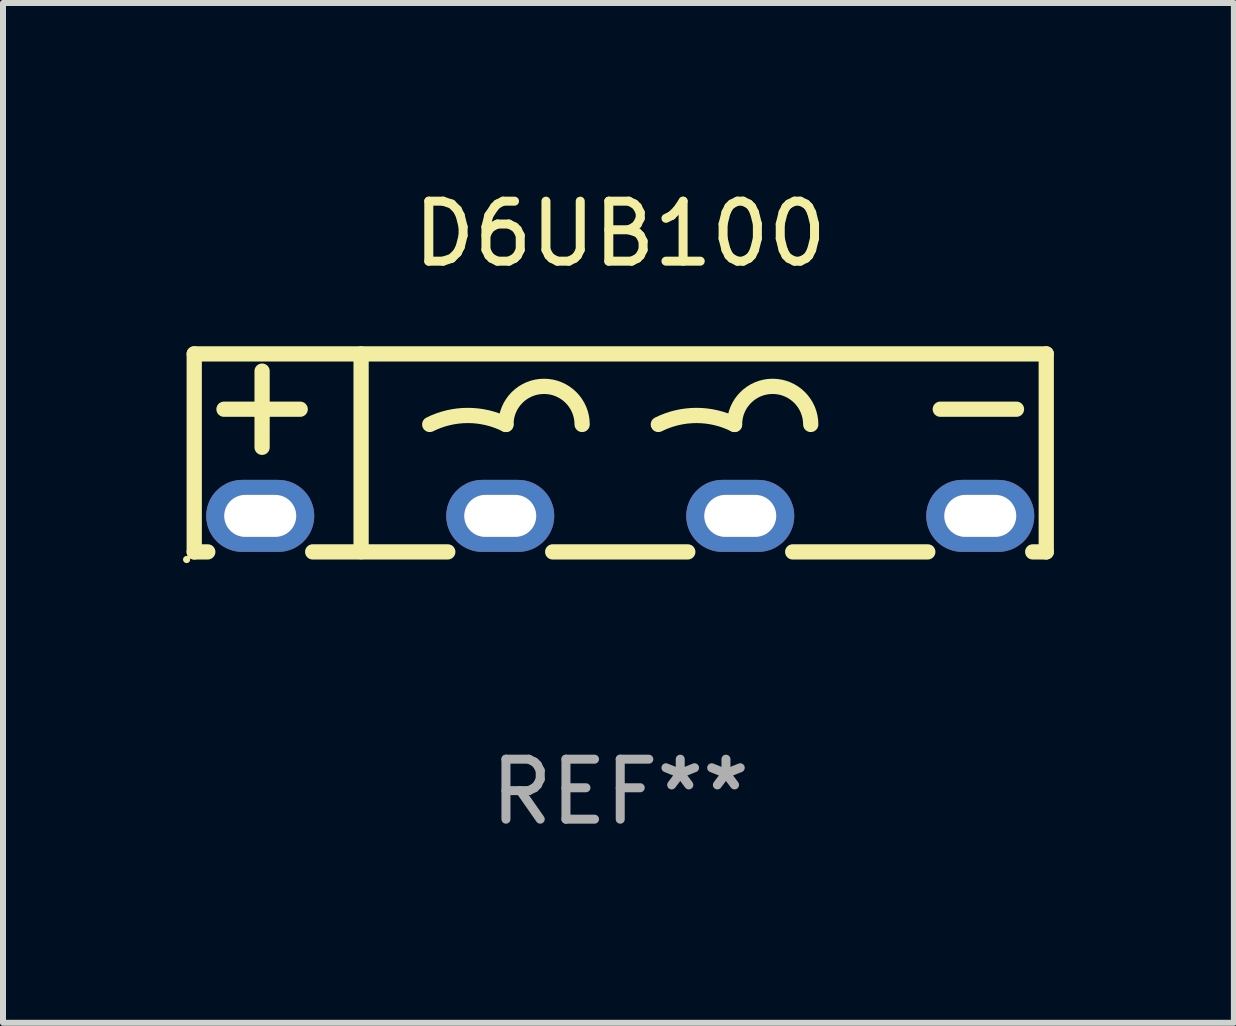
<source format=kicad_pcb>
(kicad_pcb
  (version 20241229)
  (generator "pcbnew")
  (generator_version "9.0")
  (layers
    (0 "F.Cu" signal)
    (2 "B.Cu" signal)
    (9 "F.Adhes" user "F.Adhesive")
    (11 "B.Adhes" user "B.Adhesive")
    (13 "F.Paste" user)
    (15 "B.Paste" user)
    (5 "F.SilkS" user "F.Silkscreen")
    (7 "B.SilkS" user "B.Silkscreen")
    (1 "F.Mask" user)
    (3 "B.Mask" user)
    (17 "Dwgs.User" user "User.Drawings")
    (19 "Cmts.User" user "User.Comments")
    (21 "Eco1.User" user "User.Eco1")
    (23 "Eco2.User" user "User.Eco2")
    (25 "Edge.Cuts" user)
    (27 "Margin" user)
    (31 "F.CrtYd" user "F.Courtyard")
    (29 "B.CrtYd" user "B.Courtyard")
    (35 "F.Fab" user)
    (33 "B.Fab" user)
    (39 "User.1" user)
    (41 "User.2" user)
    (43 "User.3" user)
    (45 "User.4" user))
  (footprint "D6UB100"
    (layer "F.Cu")
    (at 7.287 4.498)
    (property "Reference" "D6UB100" (at 0 -3.65 0) (layer "F.SilkS") (effects (font (size 1 1) (thickness 0.15))))
    (attr through_hole)
    (fp_line (start -7.1 -1.65) (end 7.1 -1.65) (stroke (width 0.254) (type solid)) (layer "F.SilkS"))
    (fp_line (start -7.1 1.65) (end -7.1 -1.65) (stroke (width 0.254) (type solid)) (layer "F.SilkS"))
    (fp_line (start -7.1 1.65) (end -6.874 1.65) (stroke (width 0.254) (type solid)) (layer "F.SilkS"))
    (fp_line (start -6.604 -0.728) (end -5.334 -0.728) (stroke (width 0.254) (type solid)) (layer "F.SilkS"))
    (fp_line (start -5.969 -0.093) (end -5.969 -1.363) (stroke (width 0.254) (type solid)) (layer "F.SilkS"))
    (fp_line (start -5.126 1.65) (end -2.874 1.65) (stroke (width 0.254) (type solid)) (layer "F.SilkS"))
    (fp_line (start -4.319 1.647) (end -4.319 -1.65) (stroke (width 0.254) (type solid)) (layer "F.SilkS"))
    (fp_line (start -1.126 1.65) (end 1.126 1.65) (stroke (width 0.254) (type solid)) (layer "F.SilkS"))
    (fp_line (start 2.874 1.65) (end 5.126 1.65) (stroke (width 0.254) (type solid)) (layer "F.SilkS"))
    (fp_line (start 5.334 -0.728) (end 6.604 -0.728) (stroke (width 0.254) (type solid)) (layer "F.SilkS"))
    (fp_line (start 6.874 1.65) (end 7.1 1.65) (stroke (width 0.254) (type solid)) (layer "F.SilkS"))
    (fp_line (start 7.1 -1.65) (end 7.1 1.65) (stroke (width 0.254) (type solid)) (layer "F.SilkS"))
    (fp_arc (start -3.175006 -0.473965) (mid -2.540005 -0.623868) (end -1.905003 -0.473965) (stroke (width 0.254001) (type solid)) (layer "F.SilkS"))
    (fp_arc (start -1.905005 -0.473965) (mid -1.270003 -1.108967) (end -0.635001 -0.473965) (stroke (width 0.254001) (type solid)) (layer "F.SilkS"))
    (fp_arc (start 0.635001 -0.473965) (mid 1.270003 -0.623869) (end 1.905004 -0.473965) (stroke (width 0.254001) (type solid)) (layer "F.SilkS"))
    (fp_arc (start 1.905004 -0.473965) (mid 2.540005 -1.108966) (end 3.175006 -0.473965) (stroke (width 0.254001) (type solid)) (layer "F.SilkS"))
    (fp_circle (center -7.227 1.777) (end -7.197 1.777) (stroke (width 0.06) (type solid)) (fill no) (layer "F.SilkS"))
    (fp_text user "REF**" (at 0 5.65 0) (layer "F.Fab") (effects (font (size 1 1) (thickness 0.15))))
    (pad "1" thru_hole oval (at -6 1.05) (size 1.8 1.2) (drill oval 1.2 0.7) (layers "*.Cu" "*.Mask"))
    (pad "2" thru_hole oval (at -2 1.05) (size 1.8 1.2) (drill oval 1.2 0.7) (layers "*.Cu" "*.Mask"))
    (pad "3" thru_hole oval (at 2 1.05) (size 1.8 1.2) (drill oval 1.2 0.7) (layers "*.Cu" "*.Mask"))
    (pad "4" thru_hole oval (at 6 1.05) (size 1.8 1.2) (drill oval 1.2 0.7) (layers "*.Cu" "*.Mask")))
  (gr_rect
    (start -3 -3)
    (end 17.514 13.996)
    (stroke (width 0.1) (type default))
    (fill no)
    (layer "Edge.Cuts")))
</source>
